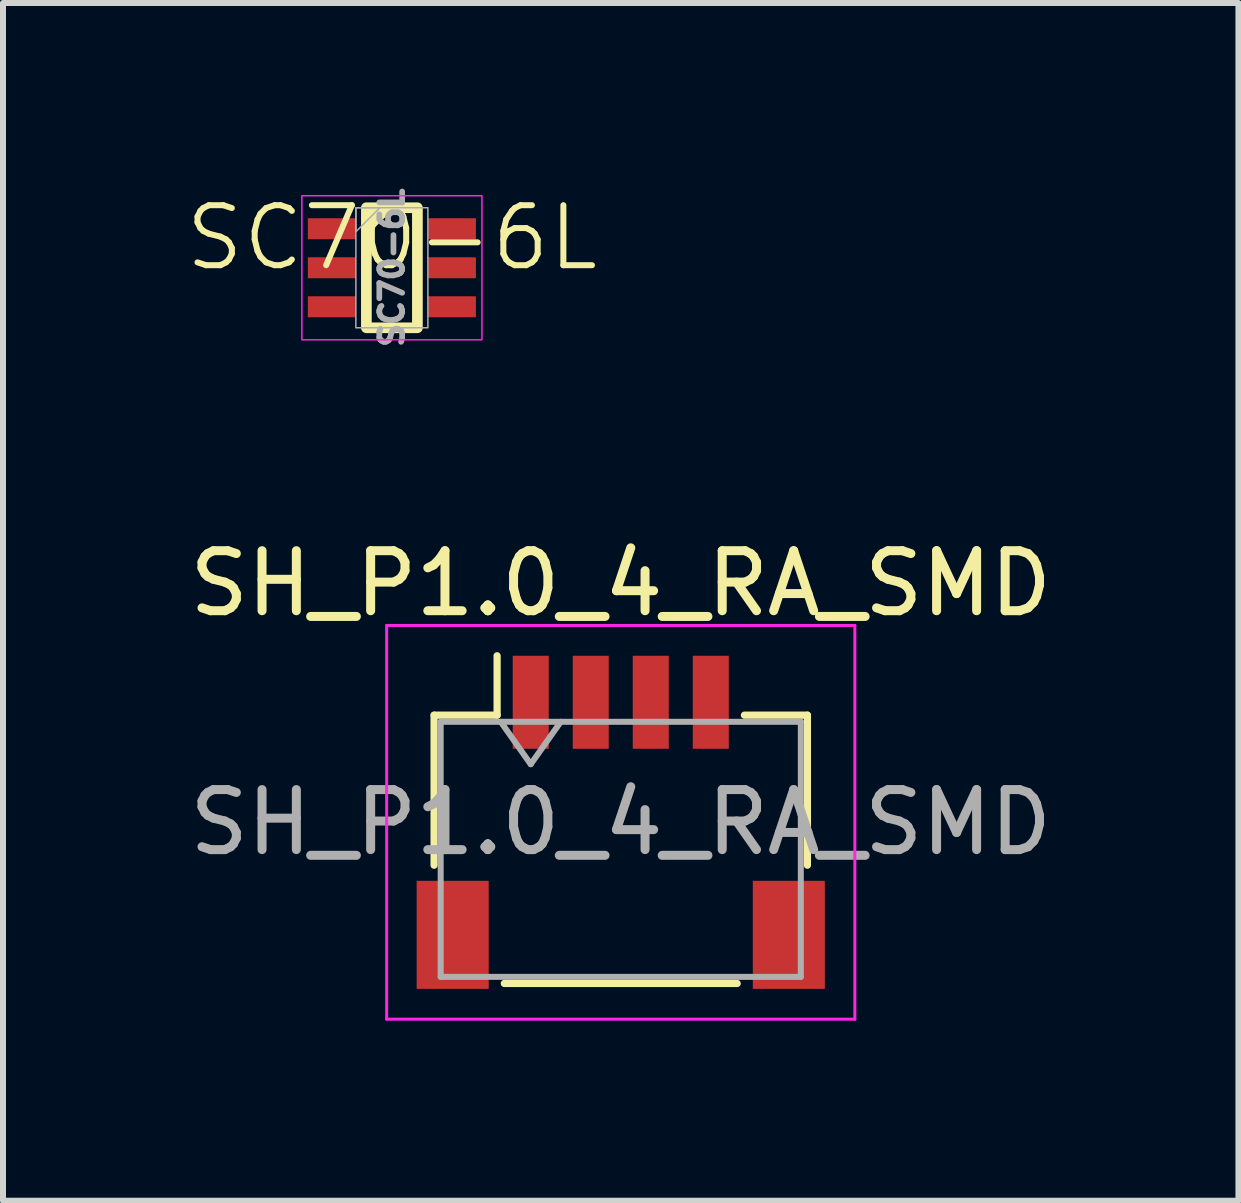
<source format=kicad_pcb>
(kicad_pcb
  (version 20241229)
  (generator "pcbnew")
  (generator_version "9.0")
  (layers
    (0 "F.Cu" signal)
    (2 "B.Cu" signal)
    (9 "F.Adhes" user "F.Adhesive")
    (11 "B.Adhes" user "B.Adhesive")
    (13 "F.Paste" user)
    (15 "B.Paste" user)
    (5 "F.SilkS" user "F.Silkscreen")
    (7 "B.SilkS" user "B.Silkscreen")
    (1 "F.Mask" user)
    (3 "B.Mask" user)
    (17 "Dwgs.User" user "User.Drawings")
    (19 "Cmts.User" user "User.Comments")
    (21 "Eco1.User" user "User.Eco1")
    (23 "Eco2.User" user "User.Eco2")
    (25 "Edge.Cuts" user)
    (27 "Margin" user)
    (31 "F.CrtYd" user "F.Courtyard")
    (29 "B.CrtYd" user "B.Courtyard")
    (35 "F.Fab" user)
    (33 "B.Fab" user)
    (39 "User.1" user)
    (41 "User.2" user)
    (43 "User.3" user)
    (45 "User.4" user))
  (footprint "SC70-6L"
    (layer "F.Cu")
    (at 3.479 1.411)
    (property "Reference" "SC70-6L" (at 0 -0.5 0) (unlocked yes) (layer "F.SilkS") (effects (font (size 1 1) (thickness 0.1))))
    (attr smd)
    (fp_rect (start -0.425 -1) (end 0.425 1) (stroke (width 0.178) (type solid)) (fill no) (layer "F.SilkS"))
    (fp_poly (pts (xy -0.425 -1) (xy -0.425 -0.6) (xy -0.025 -1)) (stroke (width 0.1) (type solid)) (fill yes) (layer "F.SilkS"))
    (fp_rect (start -1.5 -1.2) (end 1.5 1.2) (stroke (width 0.025) (type default)) (fill no) (layer "F.CrtYd"))
    (fp_rect (start -0.6 -1) (end 0.6 1) (stroke (width 0.025) (type solid)) (fill no) (layer "F.Fab"))
    (fp_poly (pts (xy -0.6 -1) (xy -0.6 -0.6) (xy -0.2 -1)) (stroke (width 0.025) (type solid)) (fill no) (layer "F.Fab"))
    (fp_text user "${REFERENCE}" (at 0 0 90) (unlocked yes) (layer "F.Fab") (effects (font (size 0.381 0.381) (thickness 0.095))))
    (pad "1" smd rect (at -1 -0.65) (size 0.8 0.35) (layers "F.Cu" "F.Mask" "F.Paste"))
    (pad "2" smd rect (at -1 0) (size 0.8 0.35) (layers "F.Cu" "F.Mask" "F.Paste"))
    (pad "3" smd rect (at -1 0.65) (size 0.8 0.35) (layers "F.Cu" "F.Mask" "F.Paste"))
    (pad "4" smd rect (at 1 0.65) (size 0.8 0.35) (layers "F.Cu" "F.Mask" "F.Paste"))
    (pad "5" smd rect (at 1 0) (size 0.8 0.35) (layers "F.Cu" "F.Mask" "F.Paste"))
    (pad "6" smd rect (at 1 -0.65) (size 0.8 0.35) (layers "F.Cu" "F.Mask" "F.Paste")))
  (footprint "SH_P1.0_4_RA_SMD"
    (layer "F.Cu")
    (at 7.292 10.65)
    (property "Reference" "SH_P1.0_4_RA_SMD" (at 0 -3.98 0) (layer "F.SilkS") (effects (font (size 1 1) (thickness 0.15))))
    (attr smd)
    (fp_line (start -3.11 -1.785) (end -2.06 -1.785) (stroke (width 0.12) (type solid)) (layer "F.SilkS"))
    (fp_line (start -3.11 0.715) (end -3.11 -1.785) (stroke (width 0.12) (type solid)) (layer "F.SilkS"))
    (fp_line (start -2.06 -1.785) (end -2.06 -2.775) (stroke (width 0.12) (type solid)) (layer "F.SilkS"))
    (fp_line (start -1.94 2.685) (end 1.94 2.685) (stroke (width 0.12) (type solid)) (layer "F.SilkS"))
    (fp_line (start 3.11 -1.785) (end 2.06 -1.785) (stroke (width 0.12) (type solid)) (layer "F.SilkS"))
    (fp_line (start 3.11 0.715) (end 3.11 -1.785) (stroke (width 0.12) (type solid)) (layer "F.SilkS"))
    (fp_line (start -3.9 -3.28) (end -3.9 3.28) (stroke (width 0.05) (type solid)) (layer "F.CrtYd"))
    (fp_line (start -3.9 3.28) (end 3.9 3.28) (stroke (width 0.05) (type solid)) (layer "F.CrtYd"))
    (fp_line (start 3.9 -3.28) (end -3.9 -3.28) (stroke (width 0.05) (type solid)) (layer "F.CrtYd"))
    (fp_line (start 3.9 3.28) (end 3.9 -3.28) (stroke (width 0.05) (type solid)) (layer "F.CrtYd"))
    (fp_line (start -3 -1.675) (end -3 2.575) (stroke (width 0.1) (type solid)) (layer "F.Fab"))
    (fp_line (start -3 -1.675) (end 3 -1.675) (stroke (width 0.1) (type solid)) (layer "F.Fab"))
    (fp_line (start -3 2.575) (end 3 2.575) (stroke (width 0.1) (type solid)) (layer "F.Fab"))
    (fp_line (start -2 -1.675) (end -1.5 -0.968) (stroke (width 0.1) (type solid)) (layer "F.Fab"))
    (fp_line (start -1.5 -0.968) (end -1 -1.675) (stroke (width 0.1) (type solid)) (layer "F.Fab"))
    (fp_line (start 3 -1.675) (end 3 2.575) (stroke (width 0.1) (type solid)) (layer "F.Fab"))
    (fp_text user "${REFERENCE}" (at 0 0 0) (layer "F.Fab") (effects (font (size 1 1) (thickness 0.15))))
    (pad "1" smd rect (at -1.5 -2) (size 0.6 1.55) (layers "F.Cu" "F.Mask" "F.Paste"))
    (pad "2" smd rect (at -0.5 -2) (size 0.6 1.55) (layers "F.Cu" "F.Mask" "F.Paste"))
    (pad "3" smd rect (at 0.5 -2) (size 0.6 1.55) (layers "F.Cu" "F.Mask" "F.Paste"))
    (pad "4" smd rect (at 1.5 -2) (size 0.6 1.55) (layers "F.Cu" "F.Mask" "F.Paste"))
    (pad "SH" smd rect (at -2.8 1.875) (size 1.2 1.8) (layers "F.Cu" "F.Mask" "F.Paste"))
    (pad "SH" smd rect (at 2.8 1.875) (size 1.2 1.8) (layers "F.Cu" "F.Mask" "F.Paste")))
  (gr_rect
    (start -3 -3)
    (end 17.583 16.955)
    (stroke (width 0.1) (type default))
    (fill no)
    (layer "Edge.Cuts")))
</source>
